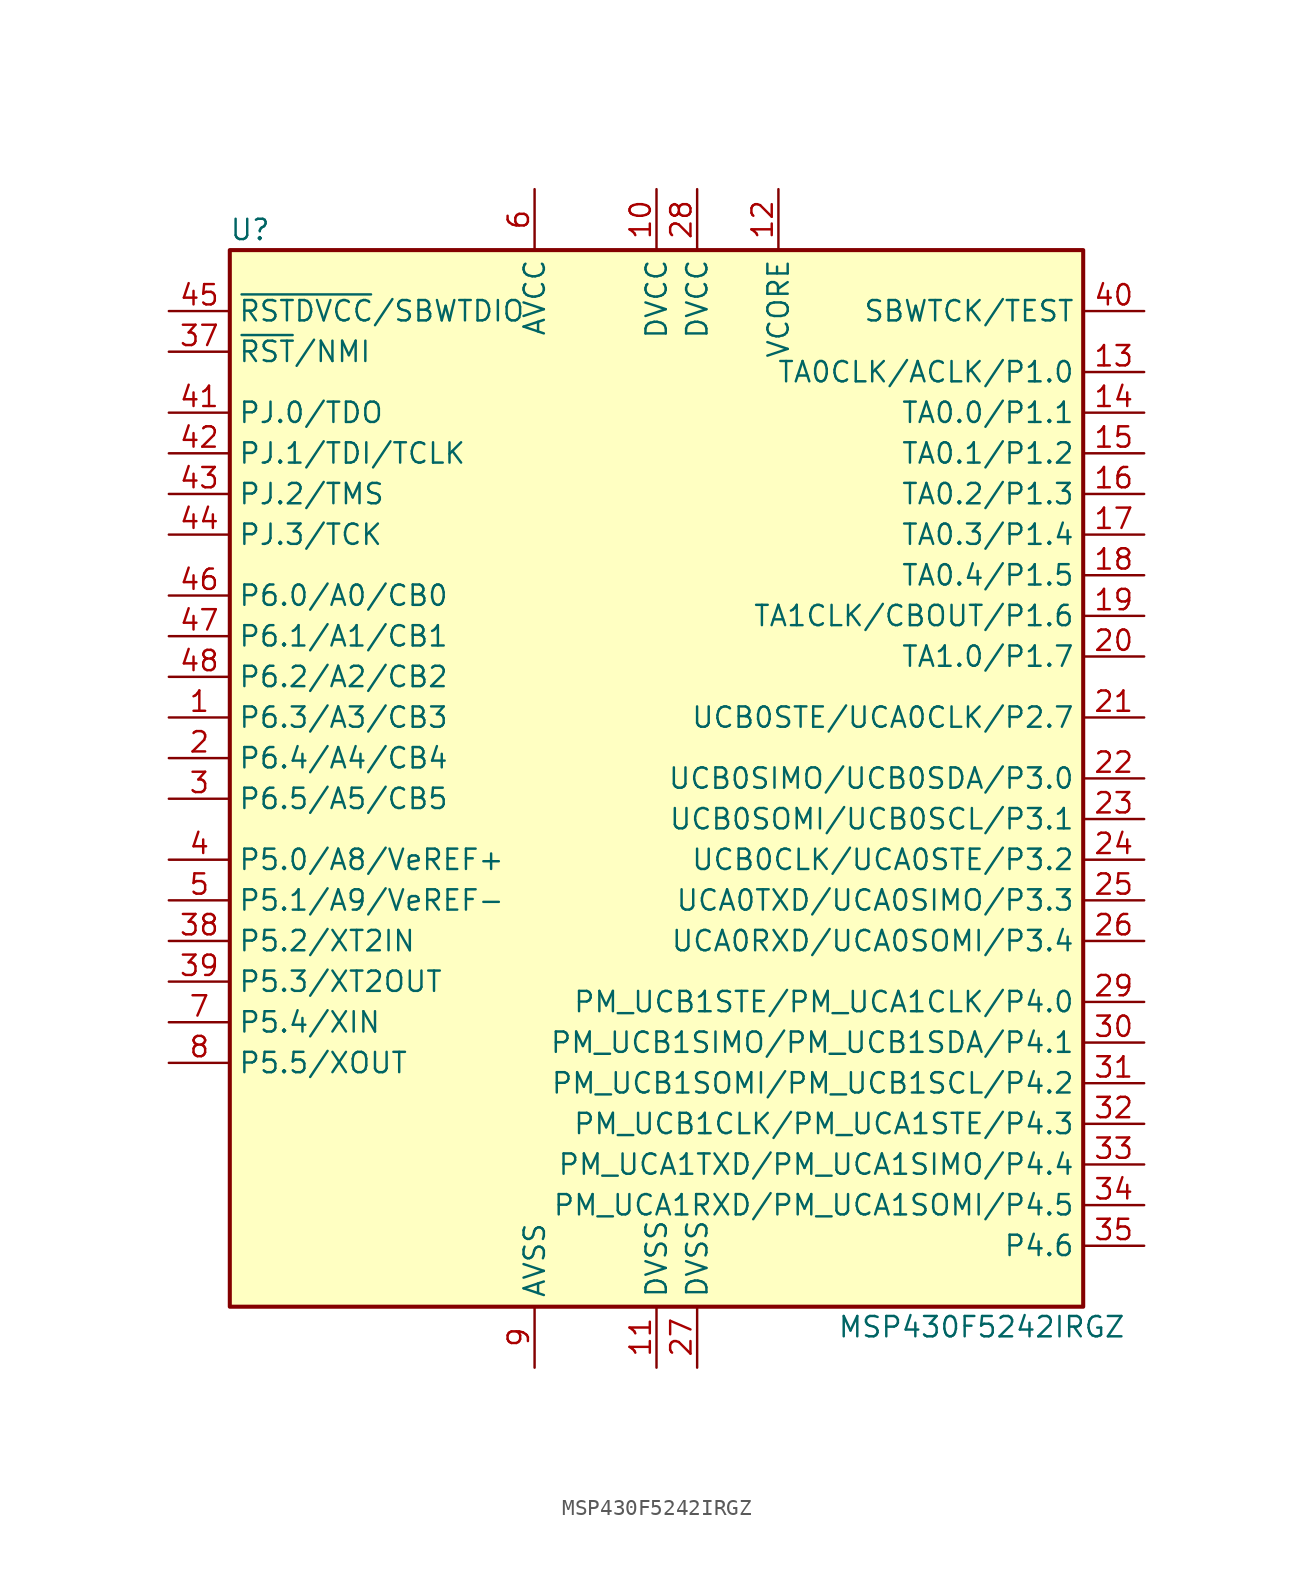
<source format=kicad_sym>
(kicad_symbol_lib
  (version 20241209)
  (generator "kicad_symbol_editor")
  (generator_version "9.0")
  (symbol "MSP430F5242IRGZ"
    (property "Reference" "U"
      (at -25.4 35.56 0)
      (effects (font (size 1.27 1.27))))
    (property "Value" "MSP430F5242IRGZ"
      (at 20.32 -33.02 0)
      (effects (font (size 1.27 1.27))))
    (symbol "MSP430F5242IRGZ_0_1"
      (rectangle (start -26.67 34.29) (end 26.67 -31.75) (stroke (width 0.254) (type default)) (fill (type background))))
    (symbol "MSP430F5242IRGZ_1_1"
      (pin bidirectional line (at -30.48 30.48 0) (length 3.81) (name "~{RSTDVCC}/SBWTDIO" (effects (font (size 1.27 1.27)))) (number "45" (effects (font (size 1.27 1.27)))))
      (pin input line (at -30.48 27.94 0) (length 3.81) (name "~{RST}/NMI" (effects (font (size 1.27 1.27)))) (number "37" (effects (font (size 1.27 1.27)))))
      (pin bidirectional line (at -30.48 24.13 0) (length 3.81) (name "PJ.0/TDO" (effects (font (size 1.27 1.27)))) (number "41" (effects (font (size 1.27 1.27)))))
      (pin bidirectional line (at -30.48 21.59 0) (length 3.81) (name "PJ.1/TDI/TCLK" (effects (font (size 1.27 1.27)))) (number "42" (effects (font (size 1.27 1.27)))))
      (pin bidirectional line (at -30.48 19.05 0) (length 3.81) (name "PJ.2/TMS" (effects (font (size 1.27 1.27)))) (number "43" (effects (font (size 1.27 1.27)))))
      (pin bidirectional line (at -30.48 16.51 0) (length 3.81) (name "PJ.3/TCK" (effects (font (size 1.27 1.27)))) (number "44" (effects (font (size 1.27 1.27)))))
      (pin bidirectional line (at -30.48 12.7 0) (length 3.81) (name "P6.0/A0/CB0" (effects (font (size 1.27 1.27)))) (number "46" (effects (font (size 1.27 1.27)))))
      (pin bidirectional line (at -30.48 10.16 0) (length 3.81) (name "P6.1/A1/CB1" (effects (font (size 1.27 1.27)))) (number "47" (effects (font (size 1.27 1.27)))))
      (pin bidirectional line (at -30.48 7.62 0) (length 3.81) (name "P6.2/A2/CB2" (effects (font (size 1.27 1.27)))) (number "48" (effects (font (size 1.27 1.27)))))
      (pin bidirectional line (at -30.48 5.08 0) (length 3.81) (name "P6.3/A3/CB3" (effects (font (size 1.27 1.27)))) (number "1" (effects (font (size 1.27 1.27)))))
      (pin bidirectional line (at -30.48 2.54 0) (length 3.81) (name "P6.4/A4/CB4" (effects (font (size 1.27 1.27)))) (number "2" (effects (font (size 1.27 1.27)))))
      (pin bidirectional line (at -30.48 0 0) (length 3.81) (name "P6.5/A5/CB5" (effects (font (size 1.27 1.27)))) (number "3" (effects (font (size 1.27 1.27)))))
      (pin bidirectional line (at -30.48 -3.81 0) (length 3.81) (name "P5.0/A8/VeREF+" (effects (font (size 1.27 1.27)))) (number "4" (effects (font (size 1.27 1.27)))))
      (pin bidirectional line (at -30.48 -6.35 0) (length 3.81) (name "P5.1/A9/VeREF-" (effects (font (size 1.27 1.27)))) (number "5" (effects (font (size 1.27 1.27)))))
      (pin bidirectional line (at -30.48 -8.89 0) (length 3.81) (name "P5.2/XT2IN" (effects (font (size 1.27 1.27)))) (number "38" (effects (font (size 1.27 1.27)))))
      (pin bidirectional line (at -30.48 -11.43 0) (length 3.81) (name "P5.3/XT2OUT" (effects (font (size 1.27 1.27)))) (number "39" (effects (font (size 1.27 1.27)))))
      (pin bidirectional line (at -30.48 -13.97 0) (length 3.81) (name "P5.4/XIN" (effects (font (size 1.27 1.27)))) (number "7" (effects (font (size 1.27 1.27)))))
      (pin bidirectional line (at -30.48 -16.51 0) (length 3.81) (name "P5.5/XOUT" (effects (font (size 1.27 1.27)))) (number "8" (effects (font (size 1.27 1.27)))))
      (pin power_in line (at -7.62 38.1 270) (length 3.81) (name "AVCC" (effects (font (size 1.27 1.27)))) (number "6" (effects (font (size 1.27 1.27)))))
      (pin power_in line (at -7.62 -35.56 90) (length 3.81) (name "AVSS" (effects (font (size 1.27 1.27)))) (number "9" (effects (font (size 1.27 1.27)))))
      (pin power_in line (at 0 38.1 270) (length 3.81) (name "DVCC" (effects (font (size 1.27 1.27)))) (number "10" (effects (font (size 1.27 1.27)))))
      (pin power_in line (at 0 -35.56 90) (length 3.81) (name "DVSS" (effects (font (size 1.27 1.27)))) (number "11" (effects (font (size 1.27 1.27)))))
      (pin power_in line (at 2.54 38.1 270) (length 3.81) (name "DVCC" (effects (font (size 1.27 1.27)))) (number "28" (effects (font (size 1.27 1.27)))))
      (pin power_in line (at 2.54 -35.56 90) (length 3.81) (name "DVSS" (effects (font (size 1.27 1.27)))) (number "27" (effects (font (size 1.27 1.27)))))
      (pin passive line (at 7.62 38.1 270) (length 3.81) (name "VCORE" (effects (font (size 1.27 1.27)))) (number "12" (effects (font (size 1.27 1.27)))))
      (pin input line (at 30.48 30.48 180) (length 3.81) (name "SBWTCK/TEST" (effects (font (size 1.27 1.27)))) (number "40" (effects (font (size 1.27 1.27)))))
      (pin bidirectional line (at 30.48 26.67 180) (length 3.81) (name "TA0CLK/ACLK/P1.0" (effects (font (size 1.27 1.27)))) (number "13" (effects (font (size 1.27 1.27)))))
      (pin bidirectional line (at 30.48 24.13 180) (length 3.81) (name "TA0.0/P1.1" (effects (font (size 1.27 1.27)))) (number "14" (effects (font (size 1.27 1.27)))))
      (pin bidirectional line (at 30.48 21.59 180) (length 3.81) (name "TA0.1/P1.2" (effects (font (size 1.27 1.27)))) (number "15" (effects (font (size 1.27 1.27)))))
      (pin bidirectional line (at 30.48 19.05 180) (length 3.81) (name "TA0.2/P1.3" (effects (font (size 1.27 1.27)))) (number "16" (effects (font (size 1.27 1.27)))))
      (pin bidirectional line (at 30.48 16.51 180) (length 3.81) (name "TA0.3/P1.4" (effects (font (size 1.27 1.27)))) (number "17" (effects (font (size 1.27 1.27)))))
      (pin bidirectional line (at 30.48 13.97 180) (length 3.81) (name "TA0.4/P1.5" (effects (font (size 1.27 1.27)))) (number "18" (effects (font (size 1.27 1.27)))))
      (pin bidirectional line (at 30.48 11.43 180) (length 3.81) (name "TA1CLK/CBOUT/P1.6" (effects (font (size 1.27 1.27)))) (number "19" (effects (font (size 1.27 1.27)))))
      (pin bidirectional line (at 30.48 8.89 180) (length 3.81) (name "TA1.0/P1.7" (effects (font (size 1.27 1.27)))) (number "20" (effects (font (size 1.27 1.27)))))
      (pin bidirectional line (at 30.48 5.08 180) (length 3.81) (name "UCB0STE/UCA0CLK/P2.7" (effects (font (size 1.27 1.27)))) (number "21" (effects (font (size 1.27 1.27)))))
      (pin bidirectional line (at 30.48 1.27 180) (length 3.81) (name "UCB0SIMO/UCB0SDA/P3.0" (effects (font (size 1.27 1.27)))) (number "22" (effects (font (size 1.27 1.27)))))
      (pin bidirectional line (at 30.48 -1.27 180) (length 3.81) (name "UCB0SOMI/UCB0SCL/P3.1" (effects (font (size 1.27 1.27)))) (number "23" (effects (font (size 1.27 1.27)))))
      (pin bidirectional line (at 30.48 -3.81 180) (length 3.81) (name "UCB0CLK/UCA0STE/P3.2" (effects (font (size 1.27 1.27)))) (number "24" (effects (font (size 1.27 1.27)))))
      (pin bidirectional line (at 30.48 -6.35 180) (length 3.81) (name "UCA0TXD/UCA0SIMO/P3.3" (effects (font (size 1.27 1.27)))) (number "25" (effects (font (size 1.27 1.27)))))
      (pin bidirectional line (at 30.48 -8.89 180) (length 3.81) (name "UCA0RXD/UCA0SOMI/P3.4" (effects (font (size 1.27 1.27)))) (number "26" (effects (font (size 1.27 1.27)))))
      (pin bidirectional line (at 30.48 -12.7 180) (length 3.81) (name "PM_UCB1STE/PM_UCA1CLK/P4.0" (effects (font (size 1.27 1.27)))) (number "29" (effects (font (size 1.27 1.27)))))
      (pin bidirectional line (at 30.48 -15.24 180) (length 3.81) (name "PM_UCB1SIMO/PM_UCB1SDA/P4.1" (effects (font (size 1.27 1.27)))) (number "30" (effects (font (size 1.27 1.27)))))
      (pin bidirectional line (at 30.48 -17.78 180) (length 3.81) (name "PM_UCB1SOMI/PM_UCB1SCL/P4.2" (effects (font (size 1.27 1.27)))) (number "31" (effects (font (size 1.27 1.27)))))
      (pin bidirectional line (at 30.48 -20.32 180) (length 3.81) (name "PM_UCB1CLK/PM_UCA1STE/P4.3" (effects (font (size 1.27 1.27)))) (number "32" (effects (font (size 1.27 1.27)))))
      (pin bidirectional line (at 30.48 -22.86 180) (length 3.81) (name "PM_UCA1TXD/PM_UCA1SIMO/P4.4" (effects (font (size 1.27 1.27)))) (number "33" (effects (font (size 1.27 1.27)))))
      (pin bidirectional line (at 30.48 -25.4 180) (length 3.81) (name "PM_UCA1RXD/PM_UCA1SOMI/P4.5" (effects (font (size 1.27 1.27)))) (number "34" (effects (font (size 1.27 1.27)))))
      (pin bidirectional line (at 30.48 -27.94 180) (length 3.81) (name "P4.6" (effects (font (size 1.27 1.27)))) (number "35" (effects (font (size 1.27 1.27))))))))
</source>
